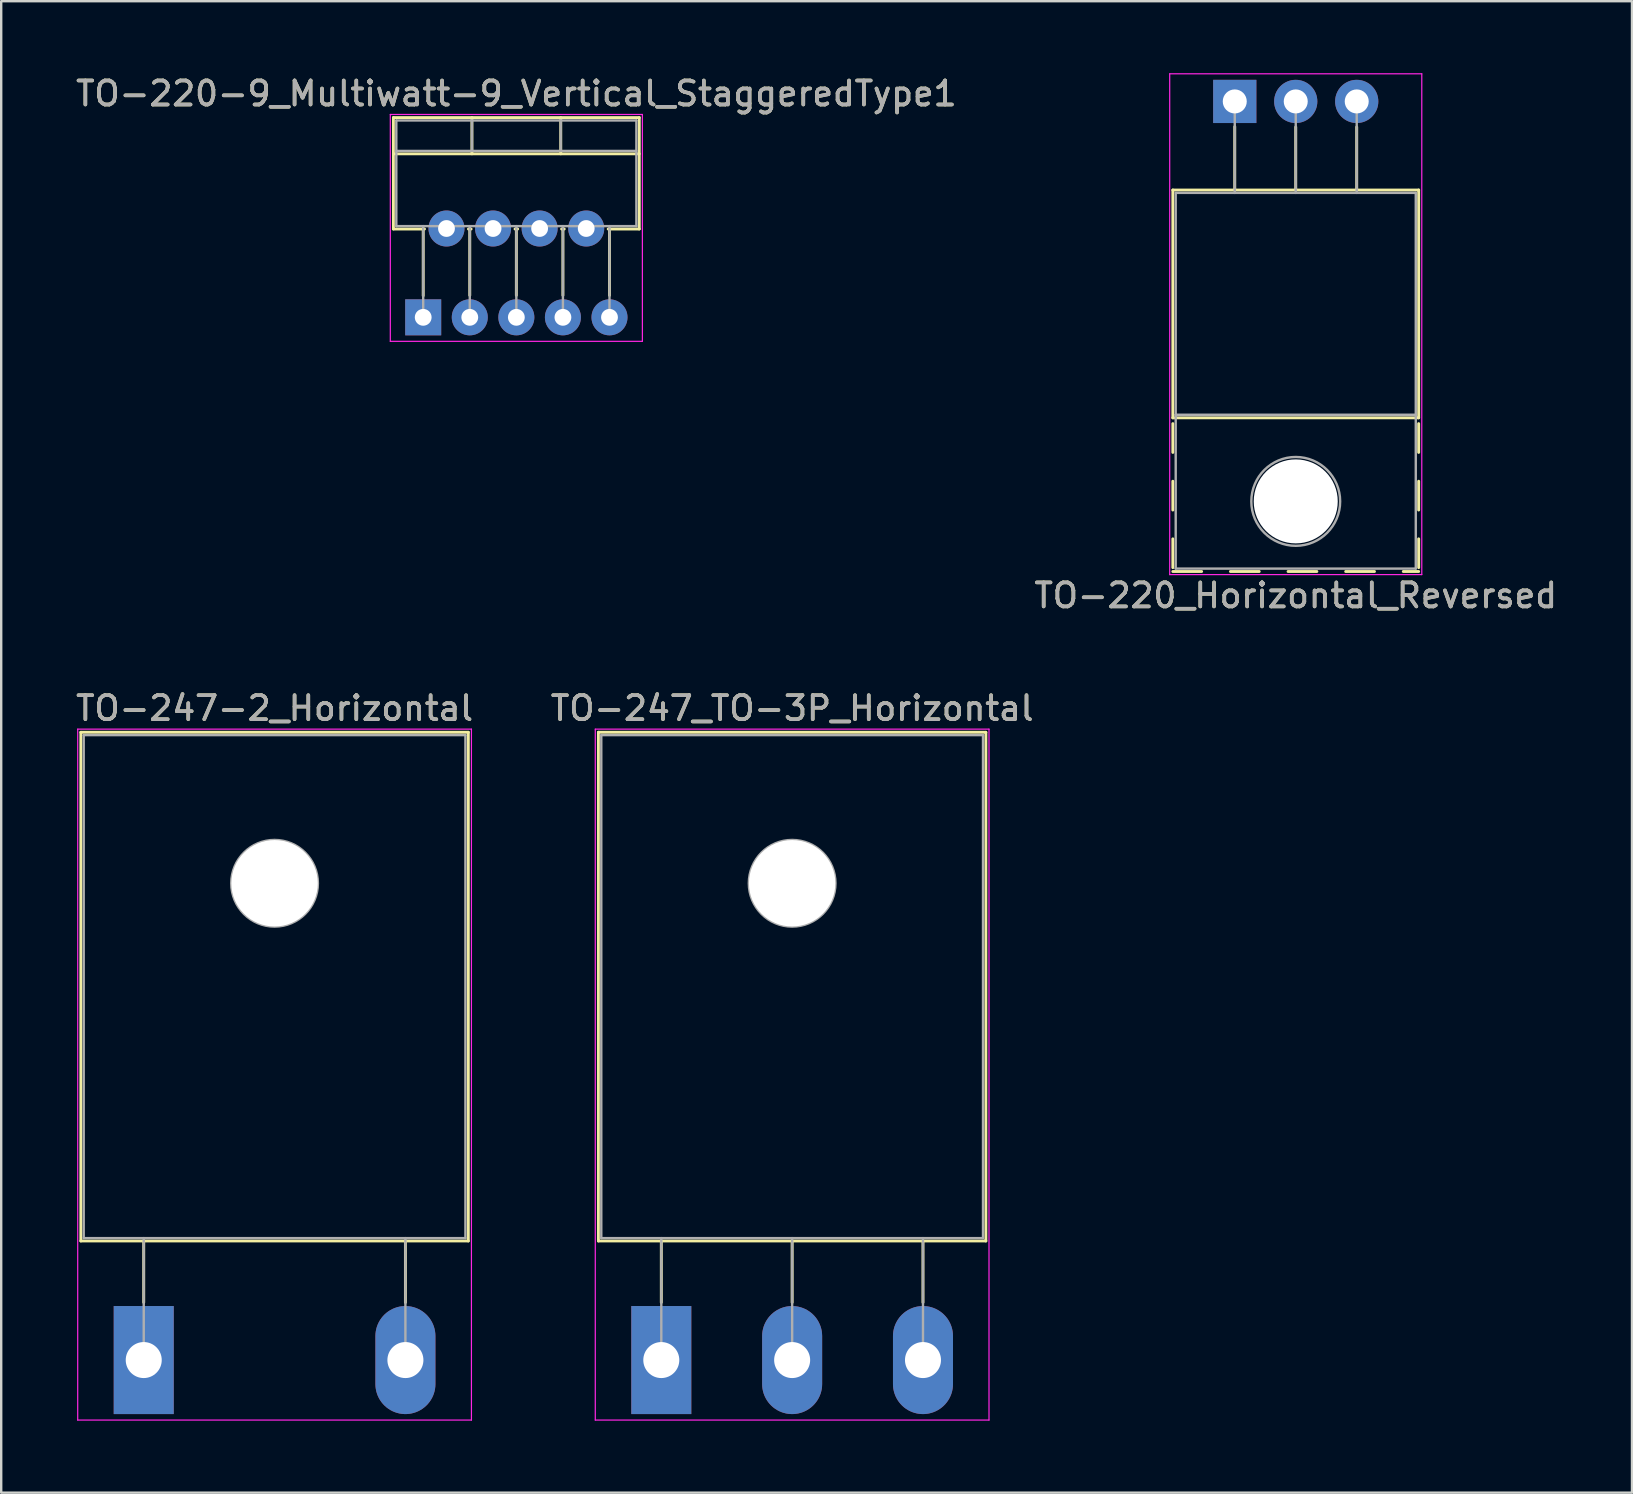
<source format=kicad_pcb>
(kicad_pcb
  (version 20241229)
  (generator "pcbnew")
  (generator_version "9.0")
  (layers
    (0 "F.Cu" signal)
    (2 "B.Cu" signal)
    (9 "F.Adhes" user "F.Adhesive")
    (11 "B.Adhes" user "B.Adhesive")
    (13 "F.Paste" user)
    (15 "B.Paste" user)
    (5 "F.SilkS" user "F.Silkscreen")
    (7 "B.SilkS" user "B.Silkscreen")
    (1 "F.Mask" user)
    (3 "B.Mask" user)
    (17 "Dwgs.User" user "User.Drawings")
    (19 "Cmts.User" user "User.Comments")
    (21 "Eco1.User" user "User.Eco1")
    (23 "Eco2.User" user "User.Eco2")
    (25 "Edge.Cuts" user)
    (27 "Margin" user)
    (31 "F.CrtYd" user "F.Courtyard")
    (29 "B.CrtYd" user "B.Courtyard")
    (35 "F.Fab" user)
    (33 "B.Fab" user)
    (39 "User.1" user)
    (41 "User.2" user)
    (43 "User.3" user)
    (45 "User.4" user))
  (footprint "TO-220-9_Multiwatt-9_Vertical_StaggeredType1"
    (layer "F.Cu")
    (at 14.578 10.168)
    (property "Reference" "TO-220-9_Multiwatt-9_Vertical_StaggeredType1" (at 3.88 -9.32 0) (layer "F.SilkS") (effects (font (size 1 1) (thickness 0.15))))
    (attr through_hole)
    (fp_line (start -1.241 -8.32) (end -1.241 -3.679) (stroke (width 0.12) (type solid)) (layer "F.SilkS"))
    (fp_line (start -1.241 -8.32) (end 9 -8.32) (stroke (width 0.12) (type solid)) (layer "F.SilkS"))
    (fp_line (start -1.241 -6.811) (end 9 -6.811) (stroke (width 0.12) (type solid)) (layer "F.SilkS"))
    (fp_line (start -1.241 -3.679) (end 0.055 -3.679) (stroke (width 0.12) (type solid)) (layer "F.SilkS"))
    (fp_line (start 0 -3.679) (end 0 -0.9) (stroke (width 0.12) (type solid)) (layer "F.SilkS"))
    (fp_line (start 1.885 -3.679) (end 1.996 -3.679) (stroke (width 0.12) (type solid)) (layer "F.SilkS"))
    (fp_line (start 1.94 -3.679) (end 1.94 -0.915) (stroke (width 0.12) (type solid)) (layer "F.SilkS"))
    (fp_line (start 2.03 -8.32) (end 2.03 -6.811) (stroke (width 0.12) (type solid)) (layer "F.SilkS"))
    (fp_line (start 3.825 -3.679) (end 3.935 -3.679) (stroke (width 0.12) (type solid)) (layer "F.SilkS"))
    (fp_line (start 3.88 -3.679) (end 3.88 -0.915) (stroke (width 0.12) (type solid)) (layer "F.SilkS"))
    (fp_line (start 5.73 -8.32) (end 5.73 -6.811) (stroke (width 0.12) (type solid)) (layer "F.SilkS"))
    (fp_line (start 5.765 -3.679) (end 5.875 -3.679) (stroke (width 0.12) (type solid)) (layer "F.SilkS"))
    (fp_line (start 5.82 -3.679) (end 5.82 -0.915) (stroke (width 0.12) (type solid)) (layer "F.SilkS"))
    (fp_line (start 7.705 -3.679) (end 9 -3.679) (stroke (width 0.12) (type solid)) (layer "F.SilkS"))
    (fp_line (start 7.76 -3.679) (end 7.76 -0.915) (stroke (width 0.12) (type solid)) (layer "F.SilkS"))
    (fp_line (start 9 -8.32) (end 9 -3.679) (stroke (width 0.12) (type solid)) (layer "F.SilkS"))
    (fp_line (start -1.37 -8.45) (end -1.37 1) (stroke (width 0.05) (type solid)) (layer "F.CrtYd"))
    (fp_line (start -1.37 1) (end 9.13 1) (stroke (width 0.05) (type solid)) (layer "F.CrtYd"))
    (fp_line (start 9.13 -8.45) (end -1.37 -8.45) (stroke (width 0.05) (type solid)) (layer "F.CrtYd"))
    (fp_line (start 9.13 1) (end 9.13 -8.45) (stroke (width 0.05) (type solid)) (layer "F.CrtYd"))
    (fp_line (start -1.12 -8.2) (end -1.12 -3.8) (stroke (width 0.1) (type solid)) (layer "F.Fab"))
    (fp_line (start -1.12 -6.93) (end 8.88 -6.93) (stroke (width 0.1) (type solid)) (layer "F.Fab"))
    (fp_line (start -1.12 -3.8) (end 8.88 -3.8) (stroke (width 0.1) (type solid)) (layer "F.Fab"))
    (fp_line (start 0 -3.8) (end 0 0) (stroke (width 0.1) (type solid)) (layer "F.Fab"))
    (fp_line (start 0.97 -3.8) (end 0.97 -3.7) (stroke (width 0.1) (type solid)) (layer "F.Fab"))
    (fp_line (start 1.94 -3.8) (end 1.94 0) (stroke (width 0.1) (type solid)) (layer "F.Fab"))
    (fp_line (start 2.03 -8.2) (end 2.03 -6.93) (stroke (width 0.1) (type solid)) (layer "F.Fab"))
    (fp_line (start 2.91 -3.8) (end 2.91 -3.7) (stroke (width 0.1) (type solid)) (layer "F.Fab"))
    (fp_line (start 3.88 -3.8) (end 3.88 0) (stroke (width 0.1) (type solid)) (layer "F.Fab"))
    (fp_line (start 4.85 -3.8) (end 4.85 -3.7) (stroke (width 0.1) (type solid)) (layer "F.Fab"))
    (fp_line (start 5.73 -8.2) (end 5.73 -6.93) (stroke (width 0.1) (type solid)) (layer "F.Fab"))
    (fp_line (start 5.82 -3.8) (end 5.82 0) (stroke (width 0.1) (type solid)) (layer "F.Fab"))
    (fp_line (start 6.79 -3.8) (end 6.79 -3.7) (stroke (width 0.1) (type solid)) (layer "F.Fab"))
    (fp_line (start 7.76 -3.8) (end 7.76 0) (stroke (width 0.1) (type solid)) (layer "F.Fab"))
    (fp_line (start 8.88 -8.2) (end -1.12 -8.2) (stroke (width 0.1) (type solid)) (layer "F.Fab"))
    (fp_line (start 8.88 -3.8) (end 8.88 -8.2) (stroke (width 0.1) (type solid)) (layer "F.Fab"))
    (fp_text user "${REFERENCE}" (at 3.88 -9.32 0) (layer "F.Fab") (effects (font (size 1 1) (thickness 0.15))))
    (pad "1" thru_hole rect (at 0 0) (size 1.5 1.5) (drill 0.7) (layers "*.Cu" "*.Mask"))
    (pad "2" thru_hole oval (at 0.97 -3.7) (size 1.5 1.5) (drill 0.7) (layers "*.Cu" "*.Mask"))
    (pad "3" thru_hole oval (at 1.94 0) (size 1.5 1.5) (drill 0.7) (layers "*.Cu" "*.Mask"))
    (pad "4" thru_hole oval (at 2.91 -3.7) (size 1.5 1.5) (drill 0.7) (layers "*.Cu" "*.Mask"))
    (pad "5" thru_hole oval (at 3.88 0) (size 1.5 1.5) (drill 0.7) (layers "*.Cu" "*.Mask"))
    (pad "6" thru_hole oval (at 4.85 -3.7) (size 1.5 1.5) (drill 0.7) (layers "*.Cu" "*.Mask"))
    (pad "7" thru_hole oval (at 5.82 0) (size 1.5 1.5) (drill 0.7) (layers "*.Cu" "*.Mask"))
    (pad "8" thru_hole oval (at 6.79 -3.7) (size 1.5 1.5) (drill 0.7) (layers "*.Cu" "*.Mask"))
    (pad "9" thru_hole oval (at 7.76 0) (size 1.5 1.5) (drill 0.7) (layers "*.Cu" "*.Mask")))
  (footprint "TO-247_TO-3P_Horizontal"
    (layer "F.Cu")
    (at 24.496 53.602)
    (property "Reference" "TO-247_TO-3P_Horizontal" (at 5.45 -27.15 0) (layer "F.SilkS") (effects (font (size 1 1) (thickness 0.15))))
    (attr through_hole)
    (fp_line (start -2.62 -26.15) (end -2.62 -4.96) (stroke (width 0.12) (type solid)) (layer "F.SilkS"))
    (fp_line (start -2.62 -26.15) (end 13.52 -26.15) (stroke (width 0.12) (type solid)) (layer "F.SilkS"))
    (fp_line (start -2.62 -4.96) (end 13.52 -4.96) (stroke (width 0.12) (type solid)) (layer "F.SilkS"))
    (fp_line (start 0 -4.96) (end 0 -2.4) (stroke (width 0.12) (type solid)) (layer "F.SilkS"))
    (fp_line (start 5.45 -4.96) (end 5.45 -2.4) (stroke (width 0.12) (type solid)) (layer "F.SilkS"))
    (fp_line (start 10.9 -4.96) (end 10.9 -2.4) (stroke (width 0.12) (type solid)) (layer "F.SilkS"))
    (fp_line (start 13.52 -26.15) (end 13.52 -4.96) (stroke (width 0.12) (type solid)) (layer "F.SilkS"))
    (fp_line (start -2.75 -26.28) (end -2.75 2.5) (stroke (width 0.05) (type solid)) (layer "F.CrtYd"))
    (fp_line (start -2.75 2.5) (end 13.65 2.5) (stroke (width 0.05) (type solid)) (layer "F.CrtYd"))
    (fp_line (start 13.65 -26.28) (end -2.75 -26.28) (stroke (width 0.05) (type solid)) (layer "F.CrtYd"))
    (fp_line (start 13.65 2.5) (end 13.65 -26.28) (stroke (width 0.05) (type solid)) (layer "F.CrtYd"))
    (fp_line (start -2.5 -26.03) (end 13.4 -26.03) (stroke (width 0.1) (type solid)) (layer "F.Fab"))
    (fp_line (start -2.5 -5.08) (end -2.5 -26.03) (stroke (width 0.1) (type solid)) (layer "F.Fab"))
    (fp_line (start 0 -5.08) (end 0 0) (stroke (width 0.1) (type solid)) (layer "F.Fab"))
    (fp_line (start 5.45 -5.08) (end 5.45 0) (stroke (width 0.1) (type solid)) (layer "F.Fab"))
    (fp_line (start 10.9 -5.08) (end 10.9 0) (stroke (width 0.1) (type solid)) (layer "F.Fab"))
    (fp_line (start 13.4 -26.03) (end 13.4 -5.08) (stroke (width 0.1) (type solid)) (layer "F.Fab"))
    (fp_line (start 13.4 -5.08) (end -2.5 -5.08) (stroke (width 0.1) (type solid)) (layer "F.Fab"))
    (fp_circle (center 5.45 -19.86) (end 7.255 -19.86) (stroke (width 0.1) (type solid)) (fill no) (layer "F.Fab"))
    (fp_text user "${REFERENCE}" (at 5.45 -27.15 0) (layer "F.Fab") (effects (font (size 1 1) (thickness 0.15))))
    (pad "" np_thru_hole oval (at 5.45 -19.86) (size 3.6 3.6) (drill 3.6) (layers "*.Cu" "*.Mask"))
    (pad "1" thru_hole rect (at 0 0) (size 2.5 4.5) (drill 1.5) (layers "*.Cu" "*.Mask"))
    (pad "2" thru_hole oval (at 5.45 0) (size 2.5 4.5) (drill 1.5) (layers "*.Cu" "*.Mask"))
    (pad "3" thru_hole oval (at 10.9 0) (size 2.5 4.5) (drill 1.5) (layers "*.Cu" "*.Mask")))
  (footprint "TO-247-2_Horizontal"
    (layer "F.Cu")
    (at 2.937 53.602)
    (property "Reference" "TO-247-2_Horizontal" (at 5.45 -27.15 0) (layer "F.SilkS") (effects (font (size 1 1) (thickness 0.15))))
    (attr through_hole)
    (fp_line (start -2.62 -26.15) (end -2.62 -4.96) (stroke (width 0.12) (type solid)) (layer "F.SilkS"))
    (fp_line (start -2.62 -26.15) (end 13.52 -26.15) (stroke (width 0.12) (type solid)) (layer "F.SilkS"))
    (fp_line (start -2.62 -4.96) (end 13.52 -4.96) (stroke (width 0.12) (type solid)) (layer "F.SilkS"))
    (fp_line (start 0 -4.96) (end 0 -2.4) (stroke (width 0.12) (type solid)) (layer "F.SilkS"))
    (fp_line (start 10.9 -4.96) (end 10.9 -2.4) (stroke (width 0.12) (type solid)) (layer "F.SilkS"))
    (fp_line (start 13.52 -26.15) (end 13.52 -4.96) (stroke (width 0.12) (type solid)) (layer "F.SilkS"))
    (fp_line (start -2.75 -26.28) (end -2.75 2.5) (stroke (width 0.05) (type solid)) (layer "F.CrtYd"))
    (fp_line (start -2.75 2.5) (end 13.65 2.5) (stroke (width 0.05) (type solid)) (layer "F.CrtYd"))
    (fp_line (start 13.65 -26.28) (end -2.75 -26.28) (stroke (width 0.05) (type solid)) (layer "F.CrtYd"))
    (fp_line (start 13.65 2.5) (end 13.65 -26.28) (stroke (width 0.05) (type solid)) (layer "F.CrtYd"))
    (fp_line (start -2.5 -26.03) (end 13.4 -26.03) (stroke (width 0.1) (type solid)) (layer "F.Fab"))
    (fp_line (start -2.5 -5.08) (end -2.5 -26.03) (stroke (width 0.1) (type solid)) (layer "F.Fab"))
    (fp_line (start 0 -5.08) (end 0 0) (stroke (width 0.1) (type solid)) (layer "F.Fab"))
    (fp_line (start 10.9 -5.08) (end 10.9 0) (stroke (width 0.1) (type solid)) (layer "F.Fab"))
    (fp_line (start 13.4 -26.03) (end 13.4 -5.08) (stroke (width 0.1) (type solid)) (layer "F.Fab"))
    (fp_line (start 13.4 -5.08) (end -2.5 -5.08) (stroke (width 0.1) (type solid)) (layer "F.Fab"))
    (fp_circle (center 5.45 -19.86) (end 7.255 -19.86) (stroke (width 0.1) (type solid)) (fill no) (layer "F.Fab"))
    (fp_text user "${REFERENCE}" (at 5.45 -27.15 0) (layer "F.Fab") (effects (font (size 1 1) (thickness 0.15))))
    (pad "" np_thru_hole oval (at 5.45 -19.86) (size 3.6 3.6) (drill 3.6) (layers "*.Cu" "*.Mask"))
    (pad "1" thru_hole rect (at 0 0) (size 2.5 4.5) (drill 1.5) (layers "*.Cu" "*.Mask"))
    (pad "2" thru_hole oval (at 10.9 0) (size 2.5 4.5) (drill 1.5) (layers "*.Cu" "*.Mask")))
  (footprint "TO-220_Horizontal_Reversed"
    (layer "F.Cu")
    (at 48.383 1.175)
    (property "Reference" "TO-220_Horizontal_Reversed" (at 2.54 20.58 0) (layer "F.SilkS") (effects (font (size 1 1) (thickness 0.15))))
    (attr through_hole)
    (fp_line (start -2.58 3.69) (end -2.58 13.18) (stroke (width 0.12) (type solid)) (layer "F.SilkS"))
    (fp_line (start -2.58 3.69) (end 7.66 3.69) (stroke (width 0.12) (type solid)) (layer "F.SilkS"))
    (fp_line (start -2.58 13.18) (end 7.66 13.18) (stroke (width 0.12) (type solid)) (layer "F.SilkS"))
    (fp_line (start -2.58 13.42) (end -2.58 14.62) (stroke (width 0.12) (type solid)) (layer "F.SilkS"))
    (fp_line (start -2.58 15.82) (end -2.58 17.02) (stroke (width 0.12) (type solid)) (layer "F.SilkS"))
    (fp_line (start -2.58 18.22) (end -2.58 19.42) (stroke (width 0.12) (type solid)) (layer "F.SilkS"))
    (fp_line (start -2.58 19.58) (end -1.38 19.58) (stroke (width 0.12) (type solid)) (layer "F.SilkS"))
    (fp_line (start -0.181 19.58) (end 1.02 19.58) (stroke (width 0.12) (type solid)) (layer "F.SilkS"))
    (fp_line (start 0 1.05) (end 0 3.69) (stroke (width 0.12) (type solid)) (layer "F.SilkS"))
    (fp_line (start 2.22 19.58) (end 3.42 19.58) (stroke (width 0.12) (type solid)) (layer "F.SilkS"))
    (fp_line (start 2.54 1.066) (end 2.54 3.69) (stroke (width 0.12) (type solid)) (layer "F.SilkS"))
    (fp_line (start 4.62 19.58) (end 5.82 19.58) (stroke (width 0.12) (type solid)) (layer "F.SilkS"))
    (fp_line (start 5.08 1.066) (end 5.08 3.69) (stroke (width 0.12) (type solid)) (layer "F.SilkS"))
    (fp_line (start 7.02 19.58) (end 7.66 19.58) (stroke (width 0.12) (type solid)) (layer "F.SilkS"))
    (fp_line (start 7.66 3.69) (end 7.66 13.18) (stroke (width 0.12) (type solid)) (layer "F.SilkS"))
    (fp_line (start 7.66 13.42) (end 7.66 14.62) (stroke (width 0.12) (type solid)) (layer "F.SilkS"))
    (fp_line (start 7.66 15.82) (end 7.66 17.02) (stroke (width 0.12) (type solid)) (layer "F.SilkS"))
    (fp_line (start 7.66 18.22) (end 7.66 19.42) (stroke (width 0.12) (type solid)) (layer "F.SilkS"))
    (fp_line (start -2.71 -1.15) (end -2.71 19.71) (stroke (width 0.05) (type solid)) (layer "F.CrtYd"))
    (fp_line (start -2.71 19.71) (end 7.79 19.71) (stroke (width 0.05) (type solid)) (layer "F.CrtYd"))
    (fp_line (start 7.79 -1.15) (end -2.71 -1.15) (stroke (width 0.05) (type solid)) (layer "F.CrtYd"))
    (fp_line (start 7.79 19.71) (end 7.79 -1.15) (stroke (width 0.05) (type solid)) (layer "F.CrtYd"))
    (fp_line (start -2.46 3.81) (end -2.46 13.06) (stroke (width 0.1) (type solid)) (layer "F.Fab"))
    (fp_line (start -2.46 13.06) (end -2.46 19.46) (stroke (width 0.1) (type solid)) (layer "F.Fab"))
    (fp_line (start -2.46 13.06) (end 7.54 13.06) (stroke (width 0.1) (type solid)) (layer "F.Fab"))
    (fp_line (start -2.46 19.46) (end 7.54 19.46) (stroke (width 0.1) (type solid)) (layer "F.Fab"))
    (fp_line (start 0 3.81) (end 0 0) (stroke (width 0.1) (type solid)) (layer "F.Fab"))
    (fp_line (start 2.54 3.81) (end 2.54 0) (stroke (width 0.1) (type solid)) (layer "F.Fab"))
    (fp_line (start 5.08 3.81) (end 5.08 0) (stroke (width 0.1) (type solid)) (layer "F.Fab"))
    (fp_line (start 7.54 3.81) (end -2.46 3.81) (stroke (width 0.1) (type solid)) (layer "F.Fab"))
    (fp_line (start 7.54 13.06) (end -2.46 13.06) (stroke (width 0.1) (type solid)) (layer "F.Fab"))
    (fp_line (start 7.54 13.06) (end 7.54 3.81) (stroke (width 0.1) (type solid)) (layer "F.Fab"))
    (fp_line (start 7.54 19.46) (end 7.54 13.06) (stroke (width 0.1) (type solid)) (layer "F.Fab"))
    (fp_circle (center 2.54 16.66) (end 4.39 16.66) (stroke (width 0.1) (type solid)) (fill no) (layer "F.Fab"))
    (fp_text user "${REFERENCE}" (at 2.54 20.58 0) (layer "F.Fab") (effects (font (size 1 1) (thickness 0.15))))
    (pad "" np_thru_hole oval (at 2.54 16.66) (size 3.5 3.5) (drill 3.5) (layers "*.Cu" "*.Mask"))
    (pad "1" thru_hole rect (at 0 0) (size 1.8 1.8) (drill 1) (layers "*.Cu" "*.Mask"))
    (pad "2" thru_hole oval (at 2.54 0) (size 1.8 1.8) (drill 1) (layers "*.Cu" "*.Mask"))
    (pad "3" thru_hole oval (at 5.08 0) (size 1.8 1.8) (drill 1) (layers "*.Cu" "*.Mask")))
  (gr_rect
    (start -3 -3)
    (end 64.929 59.127)
    (stroke (width 0.1) (type default))
    (fill no)
    (layer "Edge.Cuts")))
</source>
